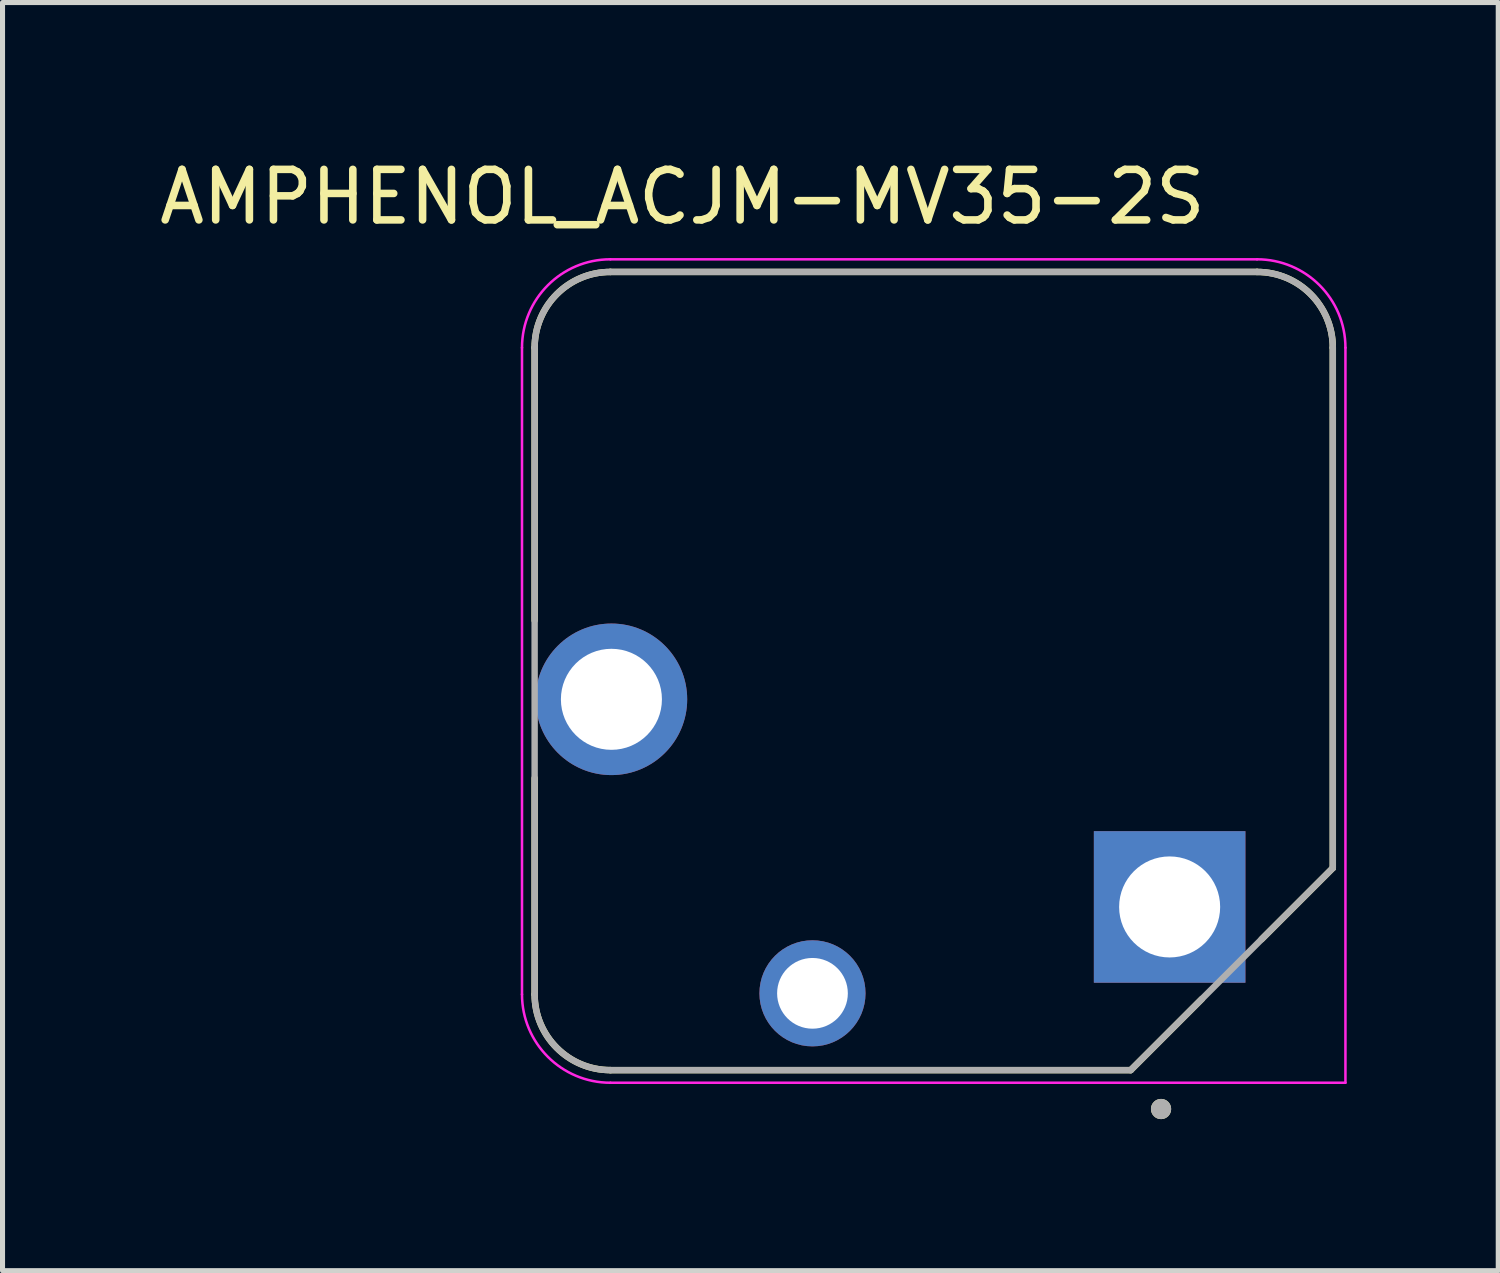
<source format=kicad_pcb>
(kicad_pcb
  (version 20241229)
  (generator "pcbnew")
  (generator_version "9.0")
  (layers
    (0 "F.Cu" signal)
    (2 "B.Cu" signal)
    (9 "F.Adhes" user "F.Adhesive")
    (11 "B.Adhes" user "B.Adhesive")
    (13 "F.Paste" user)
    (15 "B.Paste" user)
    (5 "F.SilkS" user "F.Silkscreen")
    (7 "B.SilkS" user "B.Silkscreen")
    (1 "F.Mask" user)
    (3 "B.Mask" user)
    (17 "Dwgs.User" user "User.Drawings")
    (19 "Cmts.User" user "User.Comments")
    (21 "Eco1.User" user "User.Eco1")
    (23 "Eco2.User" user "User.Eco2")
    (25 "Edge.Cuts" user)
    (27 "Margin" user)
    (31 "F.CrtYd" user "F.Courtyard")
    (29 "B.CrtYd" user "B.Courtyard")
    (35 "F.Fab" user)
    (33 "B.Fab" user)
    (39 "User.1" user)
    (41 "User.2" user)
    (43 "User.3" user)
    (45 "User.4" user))
  (footprint "AMPHENOL_ACJM-MV35-2S"
    (layer "F.Cu")
    (at 15.433 10.233)
    (property "Reference" "AMPHENOL_ACJM-MV35-2S" (at -4.975 -9.385 0) (layer "F.SilkS") (effects (font (size 1 1) (thickness 0.15))))
    (attr through_hole)
    (fp_line (start -7.9 -1) (end -7.9 -6.4) (stroke (width 0.127) (type solid)) (layer "F.SilkS"))
    (fp_line (start -7.9 6.4) (end -7.9 2.12) (stroke (width 0.127) (type solid)) (layer "F.SilkS"))
    (fp_line (start -6.4 -7.9) (end 6.4 -7.9) (stroke (width 0.127) (type solid)) (layer "F.SilkS"))
    (fp_line (start 3.9 7.9) (end -6.4 7.9) (stroke (width 0.127) (type solid)) (layer "F.SilkS"))
    (fp_line (start 5.31 6.49) (end 3.9 7.9) (stroke (width 0.127) (type solid)) (layer "F.SilkS"))
    (fp_line (start 7.9 -6.4) (end 7.9 3.9) (stroke (width 0.127) (type solid)) (layer "F.SilkS"))
    (fp_line (start 7.9 3.9) (end 6.49 5.31) (stroke (width 0.127) (type solid)) (layer "F.SilkS"))
    (fp_arc (start -7.9 -6.4) (mid -7.46066 -7.46066) (end -6.4 -7.9) (stroke (width 0.127) (type solid)) (layer "F.SilkS"))
    (fp_arc (start -6.4 7.9) (mid -7.46066 7.46066) (end -7.9 6.4) (stroke (width 0.127) (type solid)) (layer "F.SilkS"))
    (fp_arc (start 6.4 -7.9) (mid 7.46066 -7.46066) (end 7.9 -6.4) (stroke (width 0.127) (type solid)) (layer "F.SilkS"))
    (fp_circle (center 4.5 8.67) (end 4.6 8.67) (stroke (width 0.2) (type solid)) (fill no) (layer "F.SilkS"))
    (fp_line (start -8.15 6.4) (end -8.15 -6.4) (stroke (width 0.05) (type solid)) (layer "F.CrtYd"))
    (fp_line (start -6.4 -8.15) (end 6.4 -8.15) (stroke (width 0.05) (type solid)) (layer "F.CrtYd"))
    (fp_line (start 8.15 -6.4) (end 8.15 8.15) (stroke (width 0.05) (type solid)) (layer "F.CrtYd"))
    (fp_line (start 8.15 8.15) (end -6.4 8.15) (stroke (width 0.05) (type solid)) (layer "F.CrtYd"))
    (fp_arc (start -8.15 -6.4) (mid -7.637437 -7.637437) (end -6.4 -8.15) (stroke (width 0.05) (type solid)) (layer "F.CrtYd"))
    (fp_arc (start -6.4 8.15) (mid -7.637437 7.637437) (end -8.15 6.4) (stroke (width 0.05) (type solid)) (layer "F.CrtYd"))
    (fp_arc (start 6.4 -8.15) (mid 7.637437 -7.637437) (end 8.15 -6.4) (stroke (width 0.05) (type solid)) (layer "F.CrtYd"))
    (fp_line (start -7.9 6.4) (end -7.9 -6.4) (stroke (width 0.127) (type solid)) (layer "F.Fab"))
    (fp_line (start -6.4 -7.9) (end 6.4 -7.9) (stroke (width 0.127) (type solid)) (layer "F.Fab"))
    (fp_line (start 3.9 7.9) (end -6.4 7.9) (stroke (width 0.127) (type solid)) (layer "F.Fab"))
    (fp_line (start 7.9 -6.4) (end 7.9 3.9) (stroke (width 0.127) (type solid)) (layer "F.Fab"))
    (fp_line (start 7.9 3.9) (end 3.9 7.9) (stroke (width 0.127) (type solid)) (layer "F.Fab"))
    (fp_arc (start -7.9 -6.4) (mid -7.46066 -7.46066) (end -6.4 -7.9) (stroke (width 0.127) (type solid)) (layer "F.Fab"))
    (fp_arc (start -6.4 7.9) (mid -7.46066 7.46066) (end -7.9 6.4) (stroke (width 0.127) (type solid)) (layer "F.Fab"))
    (fp_arc (start 6.4 -7.9) (mid 7.46066 -7.46066) (end 7.9 -6.4) (stroke (width 0.127) (type solid)) (layer "F.Fab"))
    (fp_circle (center 4.5 8.67) (end 4.6 8.67) (stroke (width 0.2) (type solid)) (fill no) (layer "F.Fab"))
    (pad "1" thru_hole rect (at 4.67 4.67) (size 3 3) (drill 2) (layers "*.Cu" "*.Mask"))
    (pad "2" thru_hole circle (at -2.4 6.38) (size 2.1 2.1) (drill 1.4) (layers "*.Cu" "*.Mask"))
    (pad "3" thru_hole circle (at -6.38 0.56) (size 3 3) (drill 2) (layers "*.Cu" "*.Mask")))
  (gr_rect
    (start -3 -3)
    (end 26.608 22.103)
    (stroke (width 0.1) (type default))
    (fill no)
    (layer "Edge.Cuts")))
</source>
